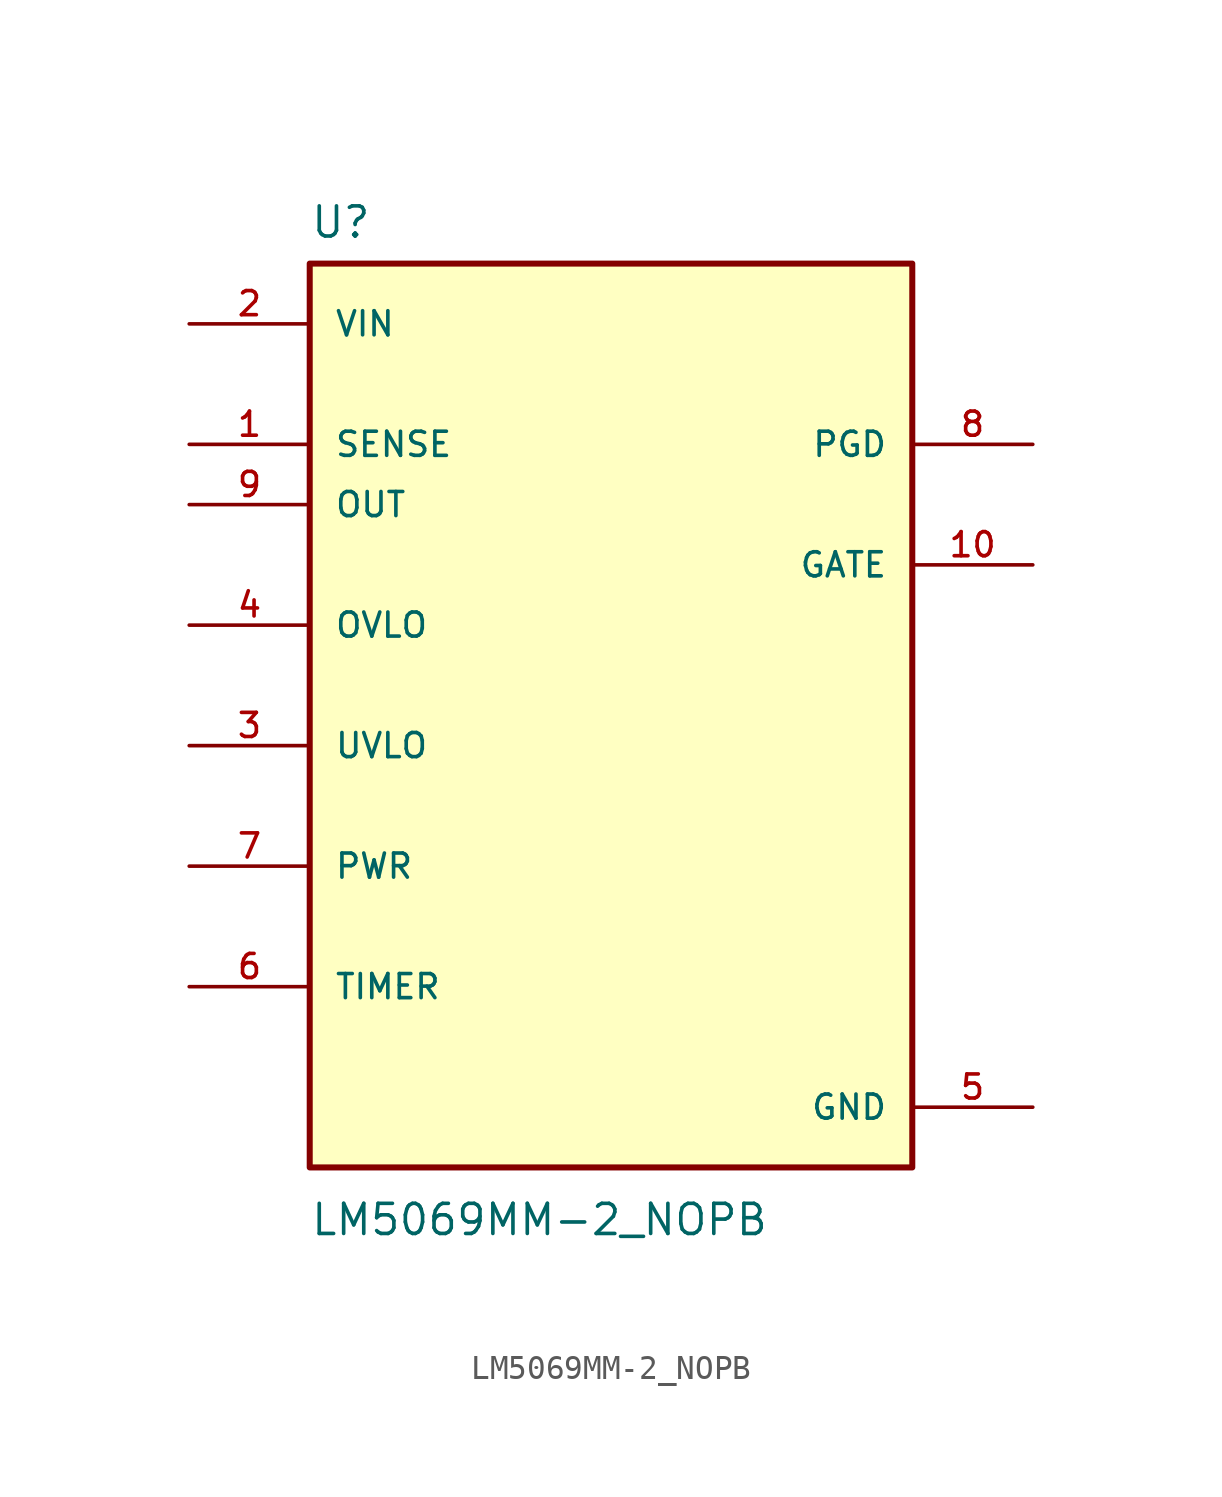
<source format=kicad_sym>
(kicad_symbol_lib
  (version 20211014)
  (generator kicad_symbol_editor)
  (symbol "LM5069MM-2_NOPB"
    (pin_names
      (offset 1.016))
    (property "Reference" "U"
      (at -12.7 18.78 0.0)
      (effects (font (size 1.27 1.27)) (justify bottom left)))
    (property "Value" "LM5069MM-2_NOPB"
      (at -12.7 -21.78 0.0)
      (effects (font (size 1.27 1.27)) (justify top left)))
    (symbol "LM5069MM-2_NOPB_0_0"
      (rectangle (start -12.7 -20.32) (end 12.7 17.78) (stroke (width 0.254)) (fill (type background)))
      (pin input line (at -17.78 2.54 0) (length 5.08) (name "OVLO" (effects (font (size 1.016 1.016)))) (number "4" (effects (font (size 1.016 1.016)))))
      (pin input line (at -17.78 -7.62 0) (length 5.08) (name "PWR" (effects (font (size 1.016 1.016)))) (number "7" (effects (font (size 1.016 1.016)))))
      (pin input line (at -17.78 7.62 0) (length 5.08) (name "OUT" (effects (font (size 1.016 1.016)))) (number "9" (effects (font (size 1.016 1.016)))))
      (pin input line (at -17.78 10.16 0) (length 5.08) (name "SENSE" (effects (font (size 1.016 1.016)))) (number "1" (effects (font (size 1.016 1.016)))))
      (pin bidirectional line (at -17.78 -12.7 0) (length 5.08) (name "TIMER" (effects (font (size 1.016 1.016)))) (number "6" (effects (font (size 1.016 1.016)))))
      (pin output line (at 17.78 5.08 180.0) (length 5.08) (name "GATE" (effects (font (size 1.016 1.016)))) (number "10" (effects (font (size 1.016 1.016)))))
      (pin output line (at 17.78 10.16 180.0) (length 5.08) (name "PGD" (effects (font (size 1.016 1.016)))) (number "8" (effects (font (size 1.016 1.016)))))
      (pin input line (at -17.78 -2.54 0) (length 5.08) (name "UVLO" (effects (font (size 1.016 1.016)))) (number "3" (effects (font (size 1.016 1.016)))))
      (pin power_in line (at 17.78 -17.78 180.0) (length 5.08) (name "GND" (effects (font (size 1.016 1.016)))) (number "5" (effects (font (size 1.016 1.016)))))
      (pin power_in line (at -17.78 15.24 0) (length 5.08) (name "VIN" (effects (font (size 1.016 1.016)))) (number "2" (effects (font (size 1.016 1.016))))))))
</source>
